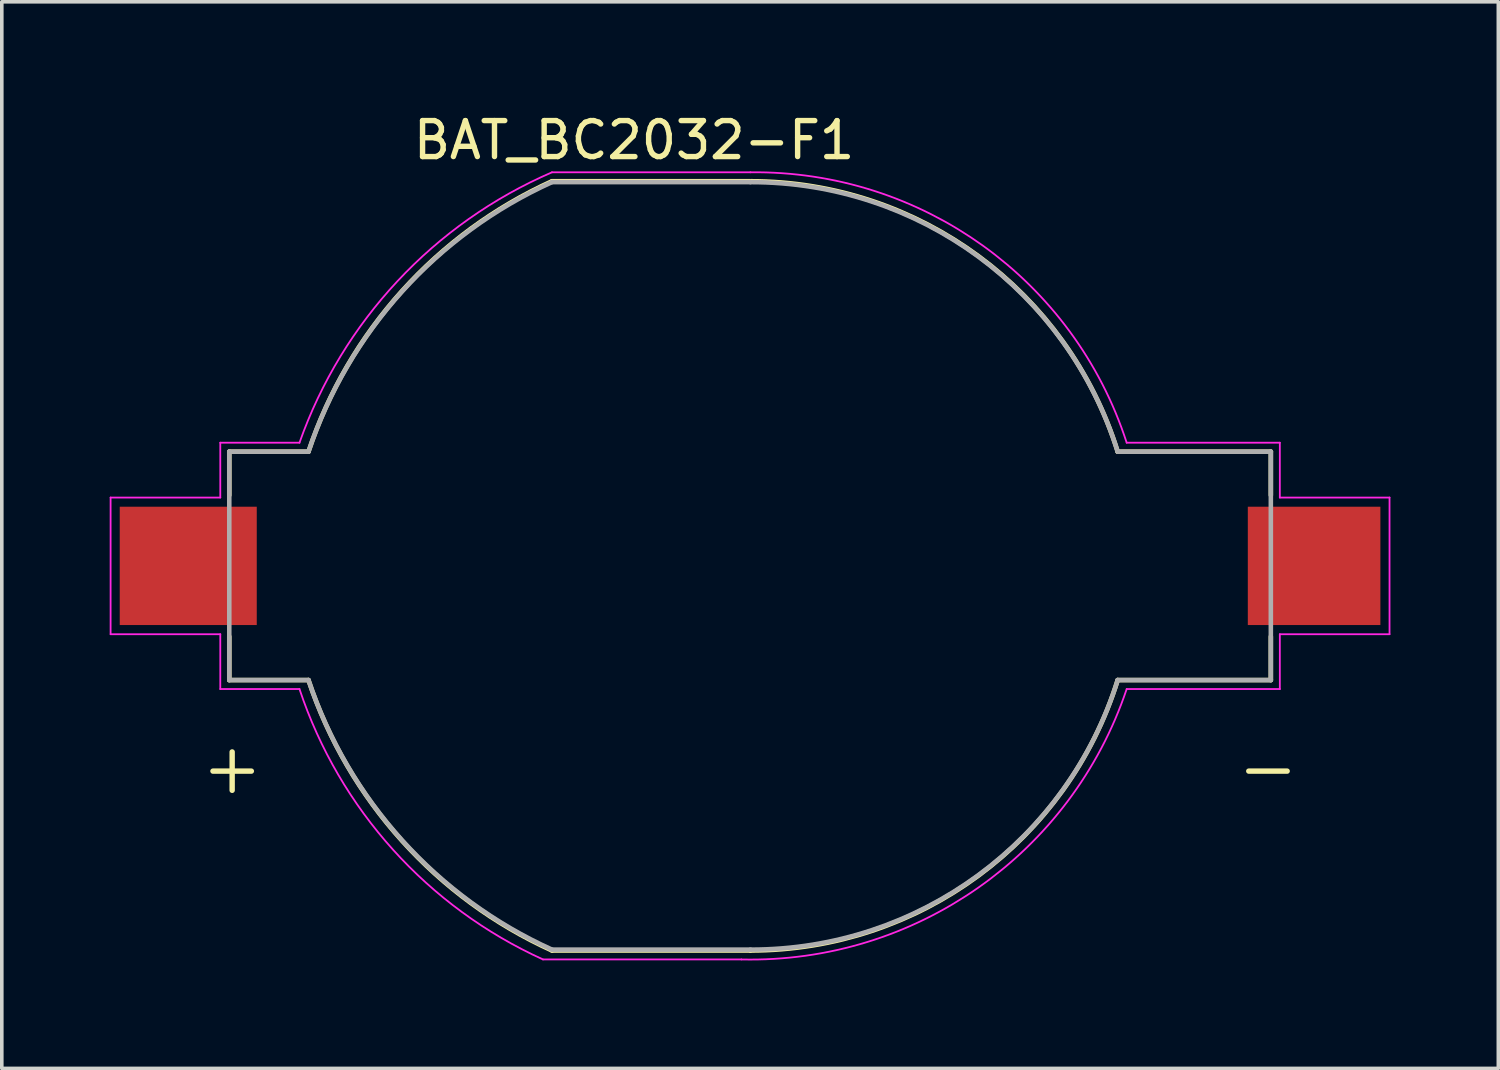
<source format=kicad_pcb>
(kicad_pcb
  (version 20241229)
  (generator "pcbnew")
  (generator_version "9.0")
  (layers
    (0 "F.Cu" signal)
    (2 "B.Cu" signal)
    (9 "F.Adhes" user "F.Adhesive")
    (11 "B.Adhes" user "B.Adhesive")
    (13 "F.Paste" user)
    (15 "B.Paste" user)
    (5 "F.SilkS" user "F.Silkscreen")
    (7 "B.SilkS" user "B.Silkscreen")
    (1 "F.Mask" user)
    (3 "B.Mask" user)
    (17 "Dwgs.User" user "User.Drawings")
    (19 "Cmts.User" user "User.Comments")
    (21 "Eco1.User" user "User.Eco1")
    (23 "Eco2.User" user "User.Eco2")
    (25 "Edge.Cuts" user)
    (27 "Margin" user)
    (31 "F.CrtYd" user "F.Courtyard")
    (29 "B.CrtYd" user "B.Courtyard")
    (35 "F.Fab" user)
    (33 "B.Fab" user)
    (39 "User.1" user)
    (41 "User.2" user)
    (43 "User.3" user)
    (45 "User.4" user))
  (footprint "BAT_BC2032-F1"
    (layer "F.Cu")
    (at 17.805 12.684)
    (property "Reference" "BAT_BC2032-F1" (at -3.225 -11.836 0) (layer "F.SilkS") (effects (font (size 1 1) (thickness 0.15))))
    (attr through_hole)
    (fp_line (start -14.48 -3.175) (end -14.48 -1.965) (stroke (width 0.127) (type solid)) (layer "F.SilkS"))
    (fp_line (start -14.48 1.965) (end -14.48 3.175) (stroke (width 0.127) (type solid)) (layer "F.SilkS"))
    (fp_line (start -14.48 3.175) (end -12.278 3.175) (stroke (width 0.127) (type solid)) (layer "F.SilkS"))
    (fp_line (start -12.278 -3.175) (end -14.48 -3.175) (stroke (width 0.127) (type solid)) (layer "F.SilkS"))
    (fp_line (start -5.507 10.695) (end 0.01 10.695) (stroke (width 0.127) (type solid)) (layer "F.SilkS"))
    (fp_line (start 0.01 -10.695) (end -5.507 -10.695) (stroke (width 0.127) (type solid)) (layer "F.SilkS"))
    (fp_line (start 10.222 3.175) (end 14.48 3.175) (stroke (width 0.127) (type solid)) (layer "F.SilkS"))
    (fp_line (start 14.48 -3.175) (end 10.222 -3.175) (stroke (width 0.127) (type solid)) (layer "F.SilkS"))
    (fp_line (start 14.48 -1.965) (end 14.48 -3.175) (stroke (width 0.127) (type solid)) (layer "F.SilkS"))
    (fp_line (start 14.48 3.175) (end 14.48 1.965) (stroke (width 0.127) (type solid)) (layer "F.SilkS"))
    (fp_arc (start -12.278 -3.175) (mid -9.677908 -7.641997) (end -5.50733 -10.695) (stroke (width 0.127) (type solid)) (layer "F.SilkS"))
    (fp_arc (start -5.50733 10.695) (mid -9.677908 7.641998) (end -12.278 3.175) (stroke (width 0.127) (type solid)) (layer "F.SilkS"))
    (fp_arc (start 0.010472 -10.695) (mid 6.350999 -8.611858) (end 10.2217 -3.175) (stroke (width 0.127) (type solid)) (layer "F.SilkS"))
    (fp_arc (start 10.2217 3.175) (mid 6.350999 8.611858) (end 0.010472 10.695) (stroke (width 0.127) (type solid)) (layer "F.SilkS"))
    (fp_line (start -17.78 -1.9) (end -17.78 1.9) (stroke (width 0.05) (type solid)) (layer "F.CrtYd"))
    (fp_line (start -17.78 1.9) (end -14.73 1.9) (stroke (width 0.05) (type solid)) (layer "F.CrtYd"))
    (fp_line (start -14.73 -3.425) (end -14.73 -1.9) (stroke (width 0.05) (type solid)) (layer "F.CrtYd"))
    (fp_line (start -14.73 -1.9) (end -17.78 -1.9) (stroke (width 0.05) (type solid)) (layer "F.CrtYd"))
    (fp_line (start -14.73 1.9) (end -14.73 3.425) (stroke (width 0.05) (type solid)) (layer "F.CrtYd"))
    (fp_line (start -14.73 3.425) (end -12.528 3.425) (stroke (width 0.05) (type solid)) (layer "F.CrtYd"))
    (fp_line (start -12.528 -3.425) (end -14.73 -3.425) (stroke (width 0.05) (type solid)) (layer "F.CrtYd"))
    (fp_line (start -5.757 10.943) (end -0.24 10.943) (stroke (width 0.05) (type solid)) (layer "F.CrtYd"))
    (fp_line (start 0.01 -10.943) (end -5.507 -10.943) (stroke (width 0.05) (type solid)) (layer "F.CrtYd"))
    (fp_line (start 10.472 3.425) (end 14.73 3.425) (stroke (width 0.05) (type solid)) (layer "F.CrtYd"))
    (fp_line (start 14.73 -3.425) (end 10.472 -3.425) (stroke (width 0.05) (type solid)) (layer "F.CrtYd"))
    (fp_line (start 14.73 -1.9) (end 14.73 -3.425) (stroke (width 0.05) (type solid)) (layer "F.CrtYd"))
    (fp_line (start 14.73 -1.9) (end 17.78 -1.9) (stroke (width 0.05) (type solid)) (layer "F.CrtYd"))
    (fp_line (start 14.73 3.425) (end 14.73 1.9) (stroke (width 0.05) (type solid)) (layer "F.CrtYd"))
    (fp_line (start 17.78 -1.9) (end 17.78 1.9) (stroke (width 0.05) (type solid)) (layer "F.CrtYd"))
    (fp_line (start 17.78 1.9) (end 14.73 1.9) (stroke (width 0.05) (type solid)) (layer "F.CrtYd"))
    (fp_arc (start -12.528 -3.425) (mid -9.802741 -7.917303) (end -5.50733 -10.9434) (stroke (width 0.05) (type solid)) (layer "F.CrtYd"))
    (fp_arc (start -5.75733 10.9434) (mid -9.927741 7.891198) (end -12.528 3.425) (stroke (width 0.05) (type solid)) (layer "F.CrtYd"))
    (fp_arc (start 0.010472 -10.9434) (mid 6.475736 -8.902112) (end 10.4717 -3.425) (stroke (width 0.05) (type solid)) (layer "F.CrtYd"))
    (fp_arc (start 10.4717 3.425) (mid 6.350735 8.943167) (end -0.239529 10.9434) (stroke (width 0.05) (type solid)) (layer "F.CrtYd"))
    (fp_line (start -14.48 -3.175) (end -14.48 3.175) (stroke (width 0.127) (type solid)) (layer "F.Fab"))
    (fp_line (start -14.48 3.175) (end -12.278 3.175) (stroke (width 0.127) (type solid)) (layer "F.Fab"))
    (fp_line (start -12.278 -3.175) (end -14.48 -3.175) (stroke (width 0.127) (type solid)) (layer "F.Fab"))
    (fp_line (start -5.507 10.67) (end 0.01 10.67) (stroke (width 0.127) (type solid)) (layer "F.Fab"))
    (fp_line (start 0.01 -10.67) (end -5.507 -10.67) (stroke (width 0.127) (type solid)) (layer "F.Fab"))
    (fp_line (start 10.222 3.175) (end 14.48 3.175) (stroke (width 0.127) (type solid)) (layer "F.Fab"))
    (fp_line (start 14.48 -3.175) (end 10.222 -3.175) (stroke (width 0.127) (type solid)) (layer "F.Fab"))
    (fp_line (start 14.48 3.175) (end 14.48 -3.175) (stroke (width 0.127) (type solid)) (layer "F.Fab"))
    (fp_arc (start -12.278 -3.175) (mid -9.675297 -7.629497) (end -5.50733 -10.67) (stroke (width 0.127) (type solid)) (layer "F.Fab"))
    (fp_arc (start -5.50733 10.67) (mid -9.675298 7.629498) (end -12.278 3.175) (stroke (width 0.127) (type solid)) (layer "F.Fab"))
    (fp_arc (start 0.010472 -10.67) (mid 6.346893 -8.599358) (end 10.2217 -3.175) (stroke (width 0.127) (type solid)) (layer "F.Fab"))
    (fp_arc (start 10.2217 3.175) (mid 6.346893 8.599358) (end 0.010472 10.67) (stroke (width 0.127) (type solid)) (layer "F.Fab"))
    (fp_text user "+" (at -14.4 5.6 0) (layer "F.SilkS") (effects (font (size 1.401 1.401) (thickness 0.15))))
    (fp_text user "-" (at 14.4 5.6 0) (layer "F.SilkS") (effects (font (size 1.401 1.401) (thickness 0.15))))
    (pad "+" smd rect (at -15.621 0) (size 3.81 3.29) (layers "F.Cu" "F.Mask" "F.Paste"))
    (pad "-" smd rect (at 15.683 0) (size 3.686 3.29) (layers "F.Cu" "F.Mask" "F.Paste")))
  (gr_rect
    (start -3 -3)
    (end 38.61 26.656)
    (stroke (width 0.1) (type default))
    (fill no)
    (layer "Edge.Cuts")))
</source>
